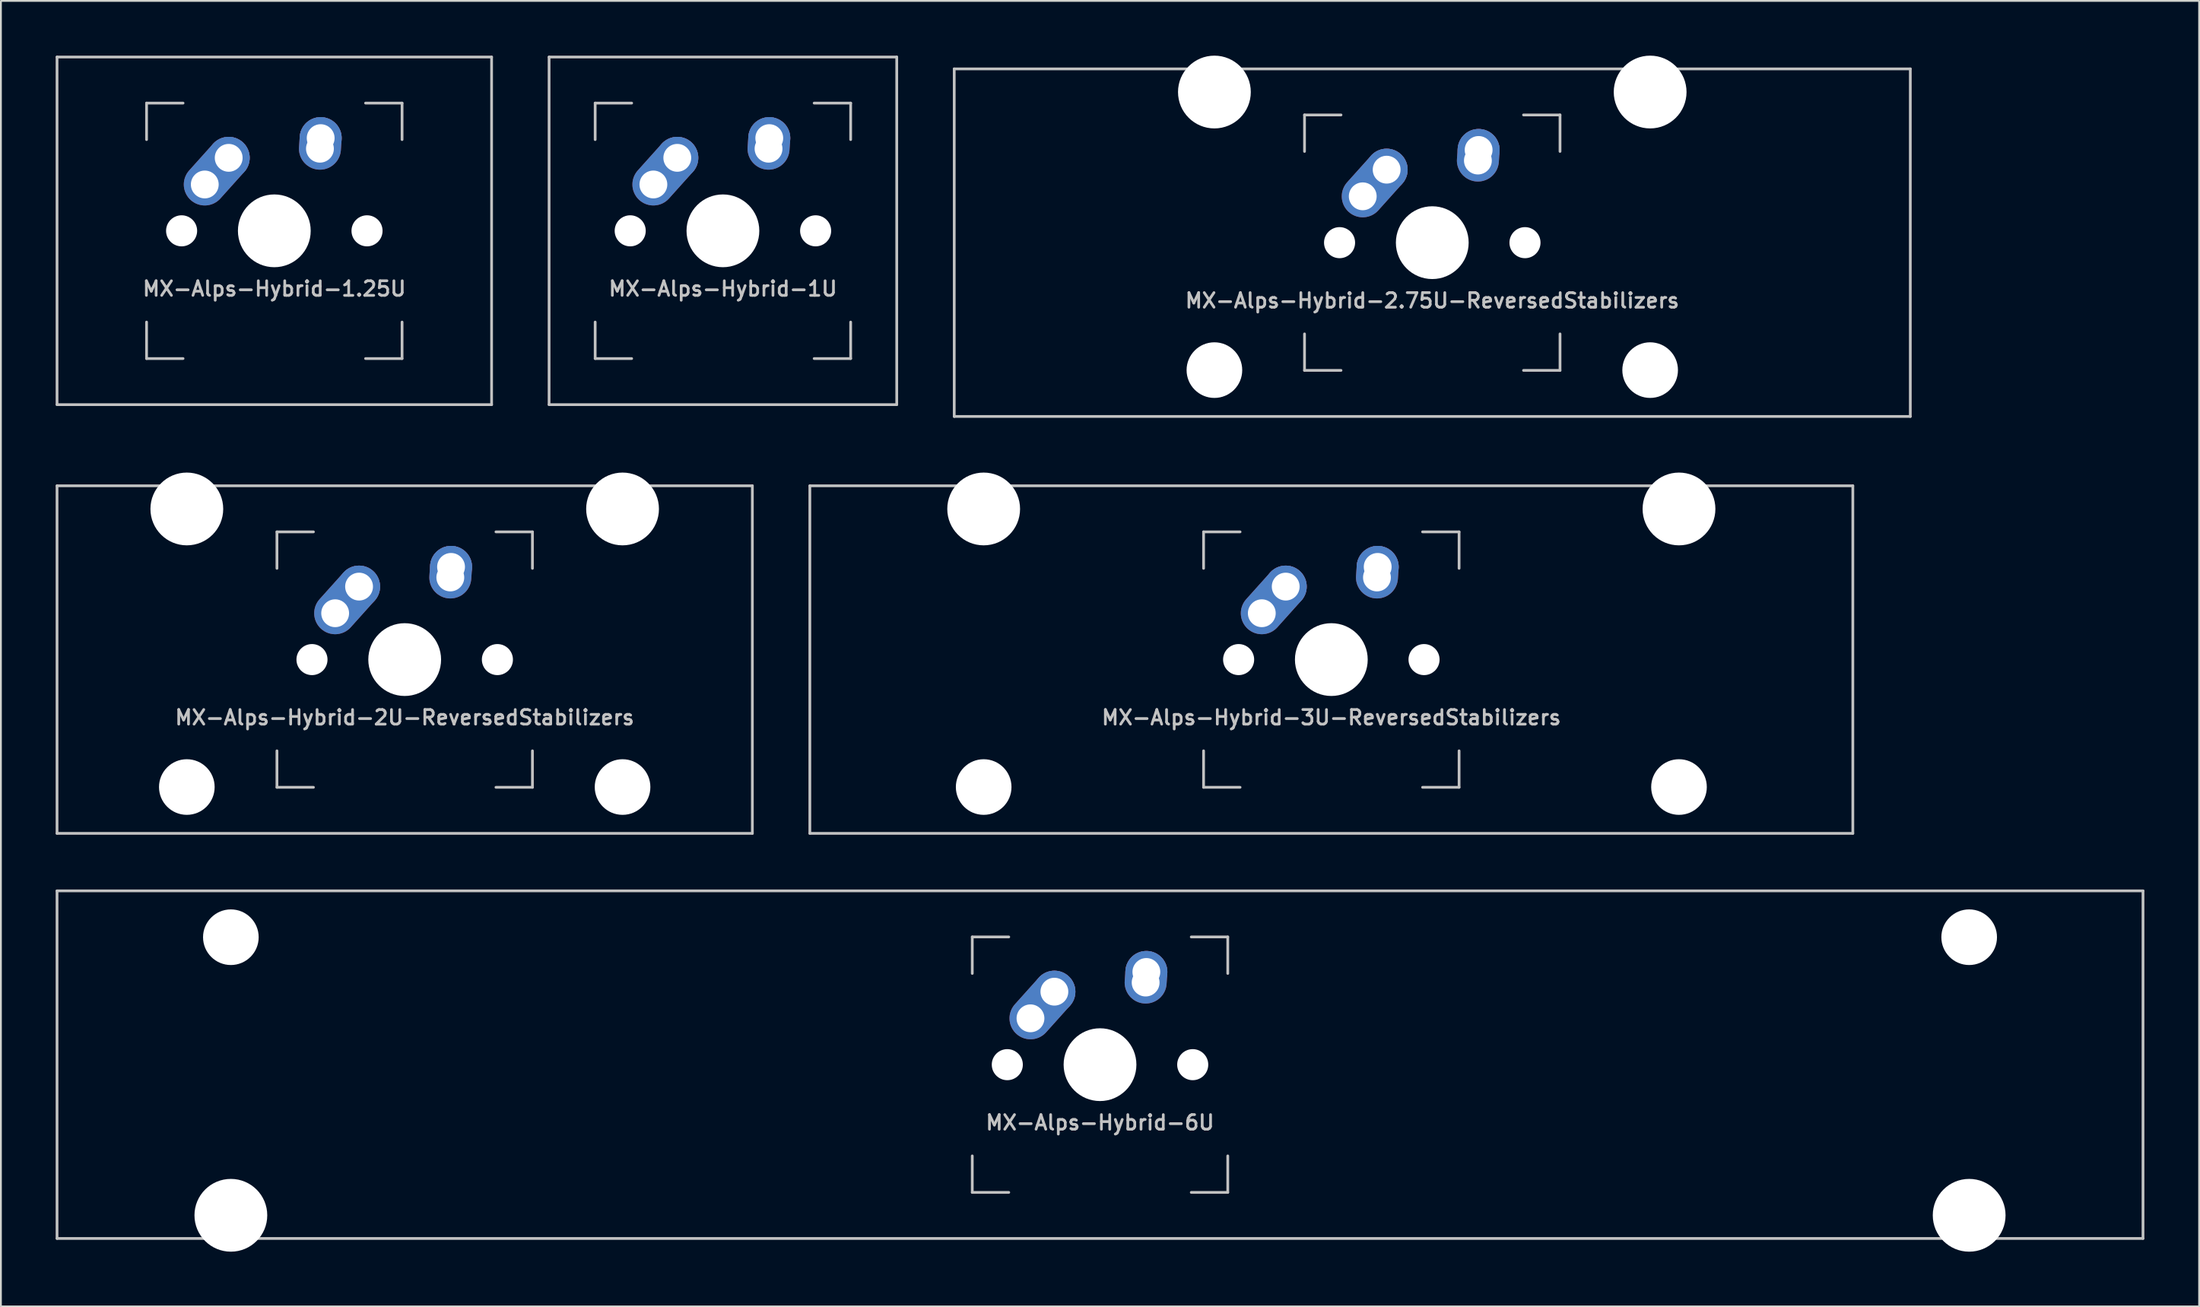
<source format=kicad_pcb>
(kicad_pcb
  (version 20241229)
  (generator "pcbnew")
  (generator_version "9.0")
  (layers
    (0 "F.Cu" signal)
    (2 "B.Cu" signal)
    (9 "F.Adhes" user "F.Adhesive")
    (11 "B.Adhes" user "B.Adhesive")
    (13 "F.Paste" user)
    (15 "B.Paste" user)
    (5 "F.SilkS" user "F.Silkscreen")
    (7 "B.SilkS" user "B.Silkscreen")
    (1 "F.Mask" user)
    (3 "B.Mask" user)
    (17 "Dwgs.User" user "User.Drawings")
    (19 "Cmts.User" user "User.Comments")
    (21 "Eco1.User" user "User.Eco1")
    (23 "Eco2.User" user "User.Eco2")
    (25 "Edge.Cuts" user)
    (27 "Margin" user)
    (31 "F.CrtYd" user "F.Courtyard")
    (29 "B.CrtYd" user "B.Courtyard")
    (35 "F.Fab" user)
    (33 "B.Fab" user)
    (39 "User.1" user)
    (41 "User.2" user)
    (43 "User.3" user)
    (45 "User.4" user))
  (footprint "MX-Alps-Hybrid-3U-ReversedStabilizers"
    (layer "F.Cu")
    (at 69.9 33.098)
    (property "Reference" "MX-Alps-Hybrid-3U-ReversedStabilizers" (at 0 3.175 0) (layer "Dwgs.User") (effects (font (size 0.8 0.8) (thickness 0.15))))
    (attr through_hole)
    (fp_line (start -28.575 9.525) (end -28.575 -9.525) (stroke (width 0.15) (type solid)) (layer "Dwgs.User"))
    (fp_line (start -7 -7) (end -7 -5) (stroke (width 0.15) (type solid)) (layer "Dwgs.User"))
    (fp_line (start -7 5) (end -7 7) (stroke (width 0.15) (type solid)) (layer "Dwgs.User"))
    (fp_line (start -7 7) (end -5 7) (stroke (width 0.15) (type solid)) (layer "Dwgs.User"))
    (fp_line (start -5 -7) (end -7 -7) (stroke (width 0.15) (type solid)) (layer "Dwgs.User"))
    (fp_line (start 5 -7) (end 7 -7) (stroke (width 0.15) (type solid)) (layer "Dwgs.User"))
    (fp_line (start 5 7) (end 7 7) (stroke (width 0.15) (type solid)) (layer "Dwgs.User"))
    (fp_line (start 7 -7) (end 7 -5) (stroke (width 0.15) (type solid)) (layer "Dwgs.User"))
    (fp_line (start 7 7) (end 7 5) (stroke (width 0.15) (type solid)) (layer "Dwgs.User"))
    (fp_line (start 28.575 -9.525) (end -28.575 -9.525) (stroke (width 0.15) (type solid)) (layer "Dwgs.User"))
    (fp_line (start 28.575 9.525) (end -28.575 9.525) (stroke (width 0.15) (type solid)) (layer "Dwgs.User"))
    (fp_line (start 28.575 9.525) (end 28.575 -9.525) (stroke (width 0.15) (type solid)) (layer "Dwgs.User"))
    (pad "" np_thru_hole circle (at -19.05 -8.255) (size 3.988 3.988) (drill 3.988) (layers "*.Cu" "*.Mask"))
    (pad "" np_thru_hole circle (at -19.05 6.985) (size 3.048 3.048) (drill 3.048) (layers "*.Cu" "*.Mask"))
    (pad "" np_thru_hole circle (at -5.08 0 48.099) (size 1.702 1.702) (drill 1.702) (layers "*.Cu" "*.Mask"))
    (pad "" np_thru_hole circle (at 0 0) (size 3.988 3.988) (drill 3.988) (layers "*.Cu" "*.Mask"))
    (pad "" np_thru_hole circle (at 5.08 0 48.099) (size 1.702 1.702) (drill 1.702) (layers "*.Cu" "*.Mask"))
    (pad "" np_thru_hole circle (at 19.05 -8.255) (size 3.988 3.988) (drill 3.988) (layers "*.Cu" "*.Mask"))
    (pad "" np_thru_hole circle (at 19.05 6.985) (size 3.048 3.048) (drill 3.048) (layers "*.Cu" "*.Mask"))
    (pad "1" thru_hole oval (at -3.81 -2.54 48.099) (size 4.262 2.3) (drill 1.524 (offset 0.981 0)) (layers "*.Cu" "B.Mask"))
    (pad "1" thru_hole circle (at -2.5 -4) (size 2.3 2.3) (drill 1.524) (layers "*.Cu" "B.Mask"))
    (pad "2" thru_hole oval (at 2.5 -4.5 86.054) (size 2.881 2.3) (drill 1.524 (offset 0.291 0)) (layers "*.Cu" "B.Mask"))
    (pad "2" thru_hole circle (at 2.54 -5.08) (size 2.3 2.3) (drill 1.524) (layers "*.Cu" "B.Mask")))
  (footprint "MX-Alps-Hybrid-2U-ReversedStabilizers"
    (layer "F.Cu")
    (at 19.125 33.098)
    (property "Reference" "MX-Alps-Hybrid-2U-ReversedStabilizers" (at 0 3.175 0) (layer "Dwgs.User") (effects (font (size 0.8 0.8) (thickness 0.15))))
    (attr through_hole)
    (fp_line (start -19.05 9.525) (end -19.05 -9.525) (stroke (width 0.15) (type solid)) (layer "Dwgs.User"))
    (fp_line (start -7 -7) (end -7 -5) (stroke (width 0.15) (type solid)) (layer "Dwgs.User"))
    (fp_line (start -7 5) (end -7 7) (stroke (width 0.15) (type solid)) (layer "Dwgs.User"))
    (fp_line (start -7 7) (end -5 7) (stroke (width 0.15) (type solid)) (layer "Dwgs.User"))
    (fp_line (start -5 -7) (end -7 -7) (stroke (width 0.15) (type solid)) (layer "Dwgs.User"))
    (fp_line (start 5 -7) (end 7 -7) (stroke (width 0.15) (type solid)) (layer "Dwgs.User"))
    (fp_line (start 5 7) (end 7 7) (stroke (width 0.15) (type solid)) (layer "Dwgs.User"))
    (fp_line (start 7 -7) (end 7 -5) (stroke (width 0.15) (type solid)) (layer "Dwgs.User"))
    (fp_line (start 7 7) (end 7 5) (stroke (width 0.15) (type solid)) (layer "Dwgs.User"))
    (fp_line (start 19.05 -9.525) (end -19.05 -9.525) (stroke (width 0.15) (type solid)) (layer "Dwgs.User"))
    (fp_line (start 19.05 9.525) (end -19.05 9.525) (stroke (width 0.15) (type solid)) (layer "Dwgs.User"))
    (fp_line (start 19.05 9.525) (end 19.05 -9.525) (stroke (width 0.15) (type solid)) (layer "Dwgs.User"))
    (pad "" np_thru_hole circle (at -11.938 -8.255) (size 3.988 3.988) (drill 3.988) (layers "*.Cu" "*.Mask"))
    (pad "" np_thru_hole circle (at -11.938 6.985) (size 3.048 3.048) (drill 3.048) (layers "*.Cu" "*.Mask"))
    (pad "" np_thru_hole circle (at -5.08 0 48.099) (size 1.702 1.702) (drill 1.702) (layers "*.Cu" "*.Mask"))
    (pad "" np_thru_hole circle (at 0 0) (size 3.988 3.988) (drill 3.988) (layers "*.Cu" "*.Mask"))
    (pad "" np_thru_hole circle (at 5.08 0 48.099) (size 1.702 1.702) (drill 1.702) (layers "*.Cu" "*.Mask"))
    (pad "" np_thru_hole circle (at 11.938 -8.255) (size 3.988 3.988) (drill 3.988) (layers "*.Cu" "*.Mask"))
    (pad "" np_thru_hole circle (at 11.938 6.985) (size 3.048 3.048) (drill 3.048) (layers "*.Cu" "*.Mask"))
    (pad "1" thru_hole oval (at -3.81 -2.54 48.099) (size 4.262 2.3) (drill 1.524 (offset 0.981 0)) (layers "*.Cu" "B.Mask"))
    (pad "1" thru_hole circle (at -2.5 -4) (size 2.3 2.3) (drill 1.524) (layers "*.Cu" "B.Mask"))
    (pad "2" thru_hole oval (at 2.5 -4.5 86.054) (size 2.881 2.3) (drill 1.524 (offset 0.291 0)) (layers "*.Cu" "B.Mask"))
    (pad "2" thru_hole circle (at 2.54 -5.08) (size 2.3 2.3) (drill 1.524) (layers "*.Cu" "B.Mask")))
  (footprint "MX-Alps-Hybrid-6U"
    (layer "F.Cu")
    (at 57.225 55.298)
    (property "Reference" "MX-Alps-Hybrid-6U" (at 0 3.175 0) (layer "Dwgs.User") (effects (font (size 0.8 0.8) (thickness 0.15))))
    (attr through_hole)
    (fp_line (start -57.15 9.525) (end -57.15 -9.525) (stroke (width 0.15) (type solid)) (layer "Dwgs.User"))
    (fp_line (start -7 -7) (end -7 -5) (stroke (width 0.15) (type solid)) (layer "Dwgs.User"))
    (fp_line (start -7 5) (end -7 7) (stroke (width 0.15) (type solid)) (layer "Dwgs.User"))
    (fp_line (start -7 7) (end -5 7) (stroke (width 0.15) (type solid)) (layer "Dwgs.User"))
    (fp_line (start -5 -7) (end -7 -7) (stroke (width 0.15) (type solid)) (layer "Dwgs.User"))
    (fp_line (start 5 -7) (end 7 -7) (stroke (width 0.15) (type solid)) (layer "Dwgs.User"))
    (fp_line (start 5 7) (end 7 7) (stroke (width 0.15) (type solid)) (layer "Dwgs.User"))
    (fp_line (start 7 -7) (end 7 -5) (stroke (width 0.15) (type solid)) (layer "Dwgs.User"))
    (fp_line (start 7 7) (end 7 5) (stroke (width 0.15) (type solid)) (layer "Dwgs.User"))
    (fp_line (start 57.15 -9.525) (end -57.15 -9.525) (stroke (width 0.15) (type solid)) (layer "Dwgs.User"))
    (fp_line (start 57.15 9.525) (end -57.15 9.525) (stroke (width 0.15) (type solid)) (layer "Dwgs.User"))
    (fp_line (start 57.15 9.525) (end 57.15 -9.525) (stroke (width 0.15) (type solid)) (layer "Dwgs.User"))
    (pad "" np_thru_hole circle (at -47.625 -6.985) (size 3.048 3.048) (drill 3.048) (layers "*.Cu" "*.Mask"))
    (pad "" np_thru_hole circle (at -47.625 8.255) (size 3.988 3.988) (drill 3.988) (layers "*.Cu" "*.Mask"))
    (pad "" np_thru_hole circle (at -5.08 0 48.099) (size 1.702 1.702) (drill 1.702) (layers "*.Cu" "*.Mask"))
    (pad "" np_thru_hole circle (at 0 0) (size 3.988 3.988) (drill 3.988) (layers "*.Cu" "*.Mask"))
    (pad "" np_thru_hole circle (at 5.08 0 48.099) (size 1.702 1.702) (drill 1.702) (layers "*.Cu" "*.Mask"))
    (pad "" np_thru_hole circle (at 47.625 -6.985) (size 3.048 3.048) (drill 3.048) (layers "*.Cu" "*.Mask"))
    (pad "" np_thru_hole circle (at 47.625 8.255) (size 3.988 3.988) (drill 3.988) (layers "*.Cu" "*.Mask"))
    (pad "1" thru_hole oval (at -3.81 -2.54 48.099) (size 4.262 2.3) (drill 1.524 (offset 0.981 0)) (layers "*.Cu" "B.Mask"))
    (pad "1" thru_hole circle (at -2.5 -4) (size 2.3 2.3) (drill 1.524) (layers "*.Cu" "B.Mask"))
    (pad "2" thru_hole oval (at 2.5 -4.5 86.054) (size 2.881 2.3) (drill 1.524 (offset 0.291 0)) (layers "*.Cu" "B.Mask"))
    (pad "2" thru_hole circle (at 2.54 -5.08) (size 2.3 2.3) (drill 1.524) (layers "*.Cu" "B.Mask")))
  (footprint "MX-Alps-Hybrid-1.25U"
    (layer "F.Cu")
    (at 11.981 9.6)
    (property "Reference" "MX-Alps-Hybrid-1.25U" (at 0 3.175 0) (layer "Dwgs.User") (effects (font (size 0.8 0.8) (thickness 0.15))))
    (attr through_hole)
    (fp_line (start -11.906 9.525) (end -11.906 -9.525) (stroke (width 0.15) (type solid)) (layer "Dwgs.User"))
    (fp_line (start -7 -7) (end -7 -5) (stroke (width 0.15) (type solid)) (layer "Dwgs.User"))
    (fp_line (start -7 5) (end -7 7) (stroke (width 0.15) (type solid)) (layer "Dwgs.User"))
    (fp_line (start -7 7) (end -5 7) (stroke (width 0.15) (type solid)) (layer "Dwgs.User"))
    (fp_line (start -5 -7) (end -7 -7) (stroke (width 0.15) (type solid)) (layer "Dwgs.User"))
    (fp_line (start 5 -7) (end 7 -7) (stroke (width 0.15) (type solid)) (layer "Dwgs.User"))
    (fp_line (start 5 7) (end 7 7) (stroke (width 0.15) (type solid)) (layer "Dwgs.User"))
    (fp_line (start 7 -7) (end 7 -5) (stroke (width 0.15) (type solid)) (layer "Dwgs.User"))
    (fp_line (start 7 7) (end 7 5) (stroke (width 0.15) (type solid)) (layer "Dwgs.User"))
    (fp_line (start 11.906 -9.525) (end -11.906 -9.525) (stroke (width 0.15) (type solid)) (layer "Dwgs.User"))
    (fp_line (start 11.906 9.525) (end -11.906 9.525) (stroke (width 0.15) (type solid)) (layer "Dwgs.User"))
    (fp_line (start 11.906 9.525) (end 11.906 -9.525) (stroke (width 0.15) (type solid)) (layer "Dwgs.User"))
    (pad "" np_thru_hole circle (at -5.08 0 48.099) (size 1.702 1.702) (drill 1.702) (layers "*.Cu" "*.Mask"))
    (pad "" np_thru_hole circle (at 0 0) (size 3.988 3.988) (drill 3.988) (layers "*.Cu" "*.Mask"))
    (pad "" np_thru_hole circle (at 5.08 0 48.099) (size 1.702 1.702) (drill 1.702) (layers "*.Cu" "*.Mask"))
    (pad "1" thru_hole oval (at -3.81 -2.54 48.099) (size 4.262 2.3) (drill 1.524 (offset 0.981 0)) (layers "*.Cu" "B.Mask"))
    (pad "1" thru_hole circle (at -2.5 -4) (size 2.3 2.3) (drill 1.524) (layers "*.Cu" "B.Mask"))
    (pad "2" thru_hole oval (at 2.5 -4.5 86.054) (size 2.881 2.3) (drill 1.524 (offset 0.291 0)) (layers "*.Cu" "B.Mask"))
    (pad "2" thru_hole circle (at 2.54 -5.08) (size 2.3 2.3) (drill 1.524) (layers "*.Cu" "B.Mask")))
  (footprint "MX-Alps-Hybrid-2.75U-ReversedStabilizers"
    (layer "F.Cu")
    (at 75.431 10.249)
    (property "Reference" "MX-Alps-Hybrid-2.75U-ReversedStabilizers" (at 0 3.175 0) (layer "Dwgs.User") (effects (font (size 0.8 0.8) (thickness 0.15))))
    (attr through_hole)
    (fp_line (start -26.194 9.525) (end -26.194 -9.525) (stroke (width 0.15) (type solid)) (layer "Dwgs.User"))
    (fp_line (start -7 -7) (end -7 -5) (stroke (width 0.15) (type solid)) (layer "Dwgs.User"))
    (fp_line (start -7 5) (end -7 7) (stroke (width 0.15) (type solid)) (layer "Dwgs.User"))
    (fp_line (start -7 7) (end -5 7) (stroke (width 0.15) (type solid)) (layer "Dwgs.User"))
    (fp_line (start -5 -7) (end -7 -7) (stroke (width 0.15) (type solid)) (layer "Dwgs.User"))
    (fp_line (start 5 -7) (end 7 -7) (stroke (width 0.15) (type solid)) (layer "Dwgs.User"))
    (fp_line (start 5 7) (end 7 7) (stroke (width 0.15) (type solid)) (layer "Dwgs.User"))
    (fp_line (start 7 -7) (end 7 -5) (stroke (width 0.15) (type solid)) (layer "Dwgs.User"))
    (fp_line (start 7 7) (end 7 5) (stroke (width 0.15) (type solid)) (layer "Dwgs.User"))
    (fp_line (start 26.194 -9.525) (end -26.194 -9.525) (stroke (width 0.15) (type solid)) (layer "Dwgs.User"))
    (fp_line (start 26.194 9.525) (end -26.194 9.525) (stroke (width 0.15) (type solid)) (layer "Dwgs.User"))
    (fp_line (start 26.194 9.525) (end 26.194 -9.525) (stroke (width 0.15) (type solid)) (layer "Dwgs.User"))
    (pad "" np_thru_hole circle (at -11.938 -8.255) (size 3.988 3.988) (drill 3.988) (layers "*.Cu" "*.Mask"))
    (pad "" np_thru_hole circle (at -11.938 6.985) (size 3.048 3.048) (drill 3.048) (layers "*.Cu" "*.Mask"))
    (pad "" np_thru_hole circle (at -5.08 0 48.099) (size 1.702 1.702) (drill 1.702) (layers "*.Cu" "*.Mask"))
    (pad "" np_thru_hole circle (at 0 0) (size 3.988 3.988) (drill 3.988) (layers "*.Cu" "*.Mask"))
    (pad "" np_thru_hole circle (at 5.08 0 48.099) (size 1.702 1.702) (drill 1.702) (layers "*.Cu" "*.Mask"))
    (pad "" np_thru_hole circle (at 11.938 -8.255) (size 3.988 3.988) (drill 3.988) (layers "*.Cu" "*.Mask"))
    (pad "" np_thru_hole circle (at 11.938 6.985) (size 3.048 3.048) (drill 3.048) (layers "*.Cu" "*.Mask"))
    (pad "1" thru_hole oval (at -3.81 -2.54 48.099) (size 4.262 2.3) (drill 1.524 (offset 0.981 0)) (layers "*.Cu" "B.Mask"))
    (pad "1" thru_hole circle (at -2.5 -4) (size 2.3 2.3) (drill 1.524) (layers "*.Cu" "B.Mask"))
    (pad "2" thru_hole oval (at 2.5 -4.5 86.054) (size 2.881 2.3) (drill 1.524 (offset 0.291 0)) (layers "*.Cu" "B.Mask"))
    (pad "2" thru_hole circle (at 2.54 -5.08) (size 2.3 2.3) (drill 1.524) (layers "*.Cu" "B.Mask")))
  (footprint "MX-Alps-Hybrid-1U"
    (layer "F.Cu")
    (at 36.562 9.6)
    (property "Reference" "MX-Alps-Hybrid-1U" (at 0 3.175 0) (layer "Dwgs.User") (effects (font (size 0.8 0.8) (thickness 0.15))))
    (attr through_hole)
    (fp_line (start -9.525 9.525) (end -9.525 -9.525) (stroke (width 0.15) (type solid)) (layer "Dwgs.User"))
    (fp_line (start -7 -7) (end -7 -5) (stroke (width 0.15) (type solid)) (layer "Dwgs.User"))
    (fp_line (start -7 5) (end -7 7) (stroke (width 0.15) (type solid)) (layer "Dwgs.User"))
    (fp_line (start -7 7) (end -5 7) (stroke (width 0.15) (type solid)) (layer "Dwgs.User"))
    (fp_line (start -5 -7) (end -7 -7) (stroke (width 0.15) (type solid)) (layer "Dwgs.User"))
    (fp_line (start 5 -7) (end 7 -7) (stroke (width 0.15) (type solid)) (layer "Dwgs.User"))
    (fp_line (start 5 7) (end 7 7) (stroke (width 0.15) (type solid)) (layer "Dwgs.User"))
    (fp_line (start 7 -7) (end 7 -5) (stroke (width 0.15) (type solid)) (layer "Dwgs.User"))
    (fp_line (start 7 7) (end 7 5) (stroke (width 0.15) (type solid)) (layer "Dwgs.User"))
    (fp_line (start 9.525 -9.525) (end -9.525 -9.525) (stroke (width 0.15) (type solid)) (layer "Dwgs.User"))
    (fp_line (start 9.525 9.525) (end -9.525 9.525) (stroke (width 0.15) (type solid)) (layer "Dwgs.User"))
    (fp_line (start 9.525 9.525) (end 9.525 -9.525) (stroke (width 0.15) (type solid)) (layer "Dwgs.User"))
    (pad "" np_thru_hole circle (at -5.08 0 48.099) (size 1.702 1.702) (drill 1.702) (layers "*.Cu" "*.Mask"))
    (pad "" np_thru_hole circle (at 0 0) (size 3.988 3.988) (drill 3.988) (layers "*.Cu" "*.Mask"))
    (pad "" np_thru_hole circle (at 5.08 0 48.099) (size 1.702 1.702) (drill 1.702) (layers "*.Cu" "*.Mask"))
    (pad "1" thru_hole oval (at -3.81 -2.54 48.099) (size 4.262 2.3) (drill 1.524 (offset 0.981 0)) (layers "*.Cu" "B.Mask"))
    (pad "1" thru_hole circle (at -2.5 -4) (size 2.3 2.3) (drill 1.524) (layers "*.Cu" "B.Mask"))
    (pad "2" thru_hole oval (at 2.5 -4.5 86.054) (size 2.881 2.3) (drill 1.524 (offset 0.291 0)) (layers "*.Cu" "B.Mask"))
    (pad "2" thru_hole circle (at 2.54 -5.08) (size 2.3 2.3) (drill 1.524) (layers "*.Cu" "B.Mask")))
  (gr_rect
    (start -3 -3)
    (end 117.45 68.547)
    (stroke (width 0.1) (type default))
    (fill no)
    (layer "Edge.Cuts")))
</source>
